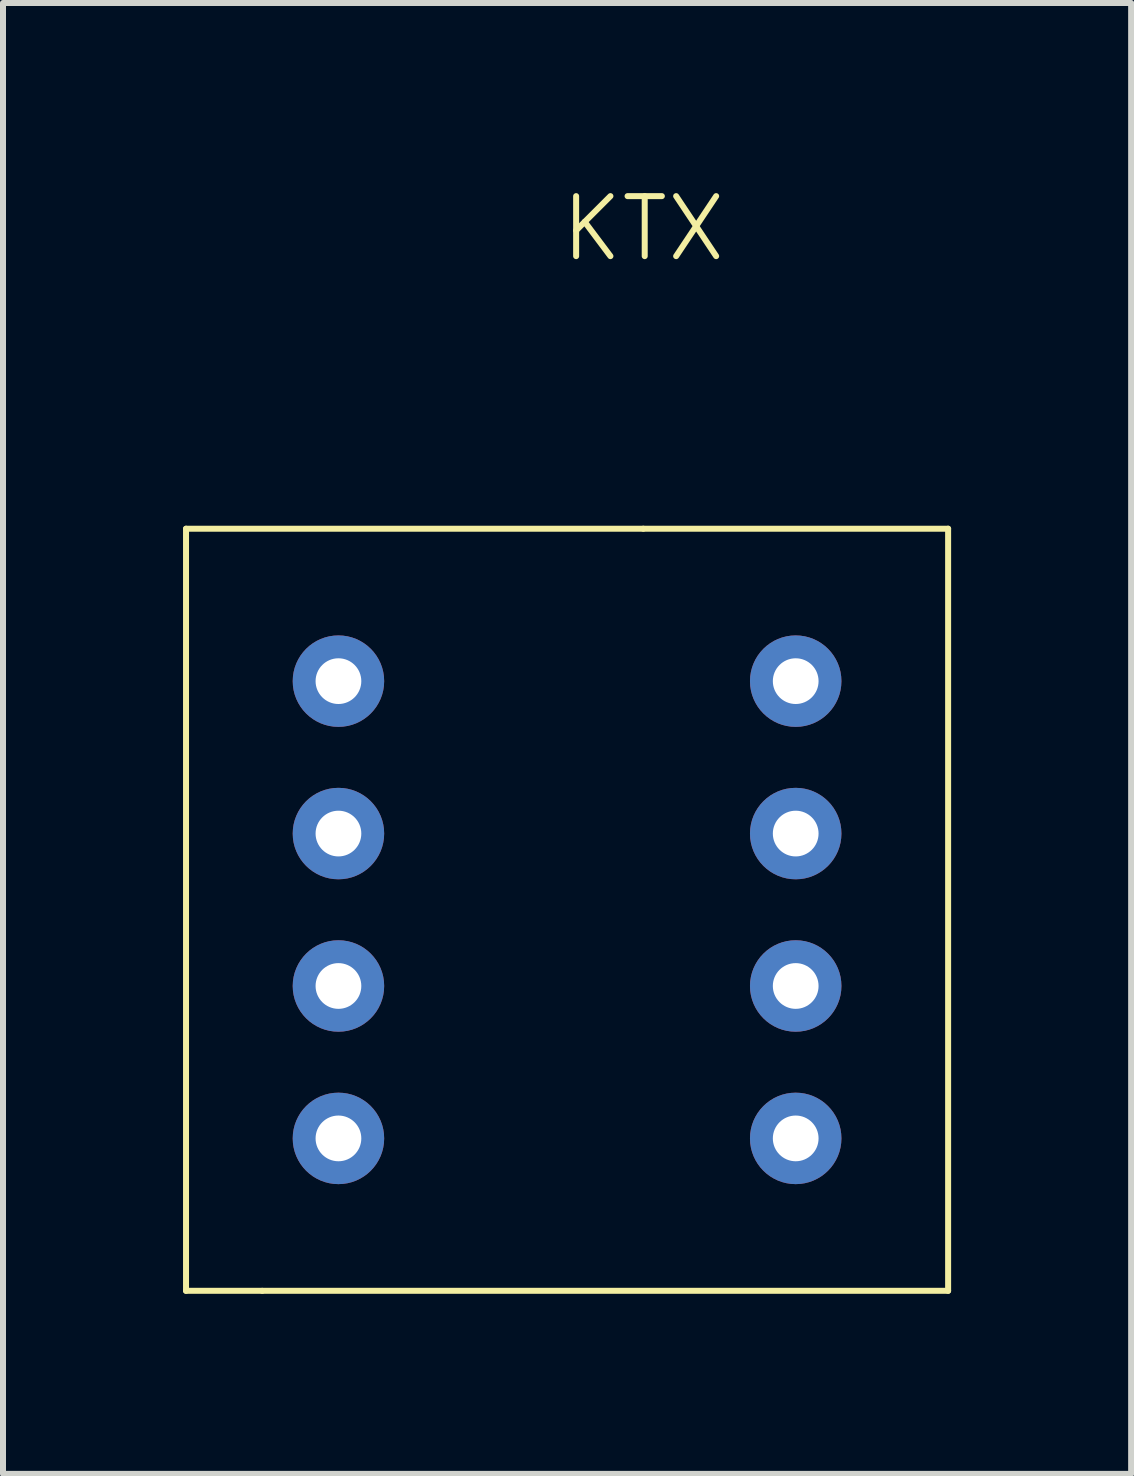
<source format=kicad_pcb>
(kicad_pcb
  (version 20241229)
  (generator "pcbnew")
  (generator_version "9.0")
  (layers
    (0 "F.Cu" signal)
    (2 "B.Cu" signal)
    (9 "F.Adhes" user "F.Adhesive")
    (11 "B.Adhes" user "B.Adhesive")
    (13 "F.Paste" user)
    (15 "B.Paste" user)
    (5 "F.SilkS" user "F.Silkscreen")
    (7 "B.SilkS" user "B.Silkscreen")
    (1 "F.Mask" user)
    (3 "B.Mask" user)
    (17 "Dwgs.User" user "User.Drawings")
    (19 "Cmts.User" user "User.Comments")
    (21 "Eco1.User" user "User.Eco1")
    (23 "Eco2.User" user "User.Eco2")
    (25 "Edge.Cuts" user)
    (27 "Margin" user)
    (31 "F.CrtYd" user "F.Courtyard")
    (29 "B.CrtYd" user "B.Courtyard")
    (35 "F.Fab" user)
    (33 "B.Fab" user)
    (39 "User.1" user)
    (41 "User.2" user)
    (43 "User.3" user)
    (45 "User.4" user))
  (footprint "KTX"
    (layer "F.Cu")
    (at 7.67 5.761)
    (property "Reference" "KTX" (at 0 -5 0) (unlocked yes) (layer "F.SilkS") (effects (font (size 1 1) (thickness 0.1))))
    (attr through_hole)
    (fp_line (start -7.62 0) (end 0 0) (stroke (width 0.1) (type default)) (layer "F.SilkS"))
    (fp_line (start -7.62 12.7) (end -7.62 0) (stroke (width 0.1) (type default)) (layer "F.SilkS"))
    (fp_line (start -6.35 12.7) (end -7.62 12.7) (stroke (width 0.1) (type default)) (layer "F.SilkS"))
    (fp_line (start 0 0) (end 5.08 0) (stroke (width 0.1) (type default)) (layer "F.SilkS"))
    (fp_line (start 5.08 0) (end 5.08 12.7) (stroke (width 0.1) (type default)) (layer "F.SilkS"))
    (fp_line (start 5.08 12.7) (end -6.35 12.7) (stroke (width 0.1) (type default)) (layer "F.SilkS"))
    (pad "1" thru_hole circle (at -5.08 2.54) (size 1.524 1.524) (drill 0.762) (layers "*.Cu" "*.Mask"))
    (pad "2" thru_hole circle (at -5.08 5.08) (size 1.524 1.524) (drill 0.762) (layers "*.Cu" "*.Mask"))
    (pad "3" thru_hole circle (at -5.08 7.62) (size 1.524 1.524) (drill 0.762) (layers "*.Cu" "*.Mask"))
    (pad "4" thru_hole circle (at -5.08 10.16) (size 1.524 1.524) (drill 0.762) (layers "*.Cu" "*.Mask"))
    (pad "5" thru_hole circle (at 2.54 10.16) (size 1.524 1.524) (drill 0.762) (layers "*.Cu" "*.Mask"))
    (pad "6" thru_hole circle (at 2.54 7.62) (size 1.524 1.524) (drill 0.762) (layers "*.Cu" "*.Mask"))
    (pad "7" thru_hole circle (at 2.54 5.08) (size 1.524 1.524) (drill 0.762) (layers "*.Cu" "*.Mask"))
    (pad "8" thru_hole circle (at 2.54 2.54) (size 1.524 1.524) (drill 0.762) (layers "*.Cu" "*.Mask")))
  (gr_rect
    (start -3 -3)
    (end 15.8 21.511)
    (stroke (width 0.1) (type default))
    (fill no)
    (layer "Edge.Cuts")))
</source>
